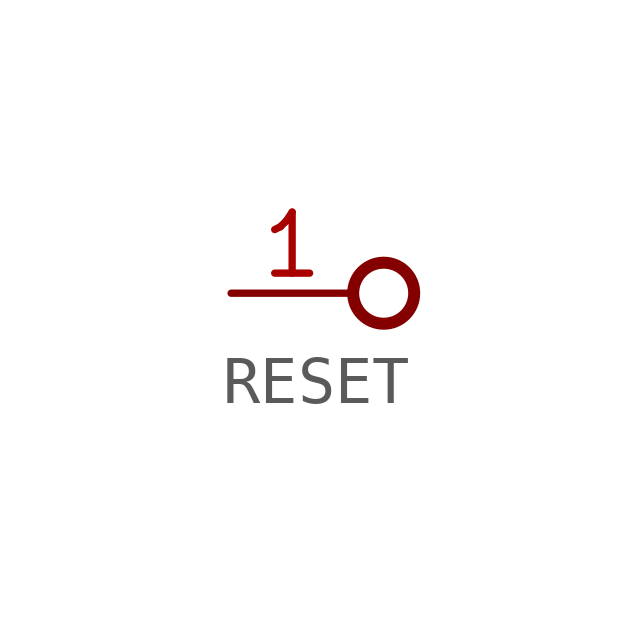
<source format=kicad_sym>
(kicad_symbol_lib
  (version 20231120)
  (generator "kicad_symbol_editor")
  (generator_version "8.0")
  (symbol "RESET"
    (property "Reference" "RESET"
      (at 0 0 0)
      (effects (font (size 1.27 1.27)) (hide yes)))
    (property "ki_locked" ""
      (at 0 0 0)
      (effects (font (size 1.27 1.27))))
    (symbol "RESET_1_0"
      (circle (center 0 0) (radius 0.635) (stroke (width 0.25) (type solid)) (fill (type none)))
      (pin passive line (at -3.175 0 0) (length 2.54) (name "1" (effects (font (size 0 0)))) (number "1" (effects (font (size 1.27 1.27))))))))
</source>
